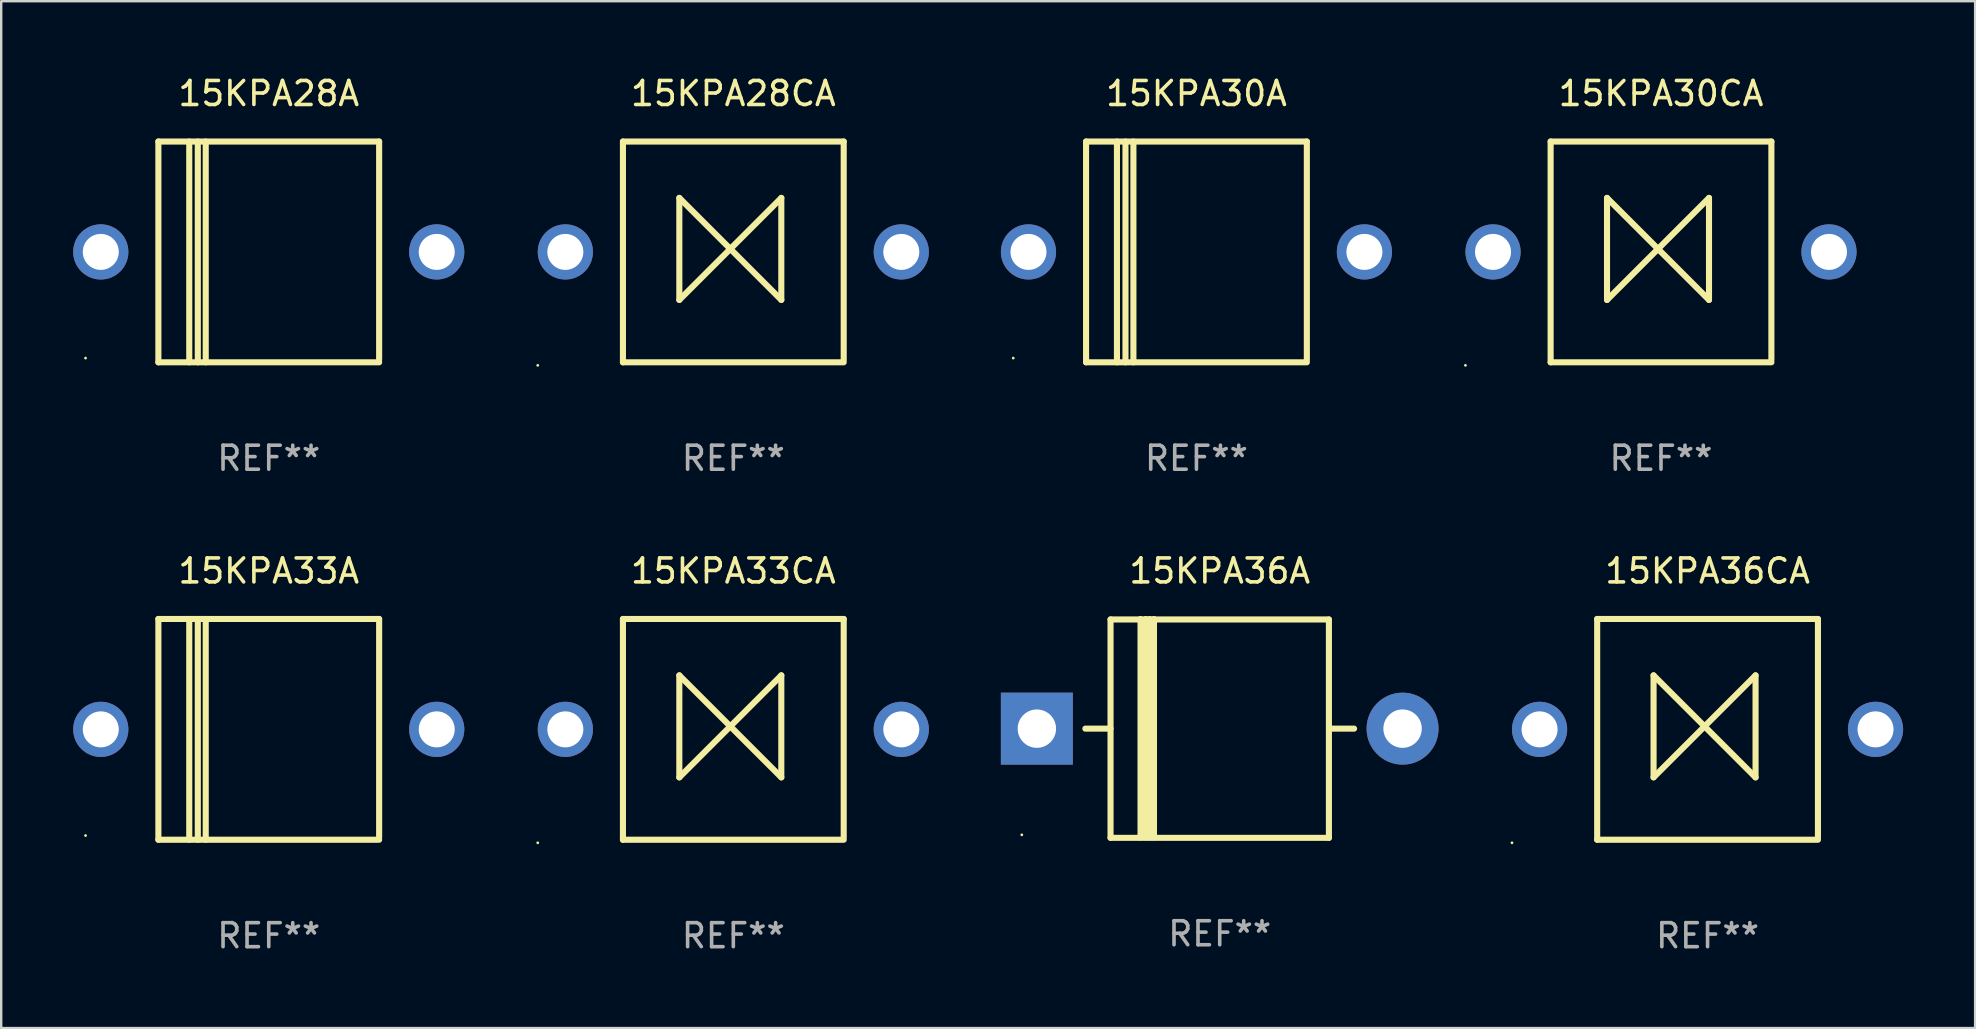
<source format=kicad_pcb>
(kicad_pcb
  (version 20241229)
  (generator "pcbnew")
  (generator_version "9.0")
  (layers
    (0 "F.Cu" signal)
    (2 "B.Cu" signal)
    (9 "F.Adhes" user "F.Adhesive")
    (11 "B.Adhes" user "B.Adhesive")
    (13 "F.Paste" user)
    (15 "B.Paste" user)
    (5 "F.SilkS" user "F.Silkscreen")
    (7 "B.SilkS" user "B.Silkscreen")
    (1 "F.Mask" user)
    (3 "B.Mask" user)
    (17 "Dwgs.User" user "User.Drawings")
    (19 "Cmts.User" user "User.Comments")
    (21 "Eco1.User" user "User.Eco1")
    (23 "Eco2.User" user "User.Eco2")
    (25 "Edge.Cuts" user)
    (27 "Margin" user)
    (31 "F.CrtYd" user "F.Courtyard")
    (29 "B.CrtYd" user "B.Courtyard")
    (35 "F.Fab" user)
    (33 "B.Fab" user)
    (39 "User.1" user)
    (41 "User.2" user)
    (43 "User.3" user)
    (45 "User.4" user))
  (footprint "15KPA33A"
    (layer "F.Cu")
    (at 8.15 27.345)
    (property "Reference" "15KPA33A" (at 0 -6.6 0) (layer "F.SilkS") (effects (font (size 1 1) (thickness 0.15))))
    (attr through_hole)
    (fp_line (start -4.6 -4.6) (end -4.6 4.6) (stroke (width 0.254) (type solid)) (layer "F.SilkS"))
    (fp_line (start -4.6 -4.6) (end 4.6 -4.6) (stroke (width 0.254) (type solid)) (layer "F.SilkS"))
    (fp_line (start -4.6 4.6) (end 4.6 4.6) (stroke (width 0.254) (type solid)) (layer "F.SilkS"))
    (fp_line (start -3.313 -4.6) (end -3.313 4.6) (stroke (width 0.254) (type solid)) (layer "F.SilkS"))
    (fp_line (start -2.957 -4.6) (end -2.957 4.6) (stroke (width 0.254) (type solid)) (layer "F.SilkS"))
    (fp_line (start -2.627 -4.6) (end -2.627 4.6) (stroke (width 0.254) (type solid)) (layer "F.SilkS"))
    (fp_line (start 4.6 -4.6) (end 4.6 4.5) (stroke (width 0.254) (type solid)) (layer "F.SilkS"))
    (fp_circle (center -7.635 4.425) (end -7.605 4.425) (stroke (width 0.06) (type solid)) (fill no) (layer "F.SilkS"))
    (fp_text user "REF**" (at 0 8.6 0) (layer "F.Fab") (effects (font (size 1 1) (thickness 0.15))))
    (pad "1" thru_hole circle (at -7 0) (size 2.3 2.3) (drill 1.5) (layers "*.Cu" "*.Mask"))
    (pad "2" thru_hole circle (at 7 0) (size 2.3 2.3) (drill 1.5) (layers "*.Cu" "*.Mask")))
  (footprint "15KPA30CA"
    (layer "F.Cu")
    (at 66.17 7.448)
    (property "Reference" "15KPA30CA" (at 0 -6.6 0) (layer "F.SilkS") (effects (font (size 1 1) (thickness 0.15))))
    (attr through_hole)
    (fp_line (start -4.6 -4.6) (end -4.6 4.6) (stroke (width 0.254) (type solid)) (layer "F.SilkS"))
    (fp_line (start -4.6 -4.6) (end 4.6 -4.6) (stroke (width 0.254) (type solid)) (layer "F.SilkS"))
    (fp_line (start -4.6 4.6) (end 4.6 4.6) (stroke (width 0.254) (type solid)) (layer "F.SilkS"))
    (fp_line (start -2.25 -2.25) (end -2.25 2) (stroke (width 0.254) (type solid)) (layer "F.SilkS"))
    (fp_line (start -2.25 2) (end 2 -2.25) (stroke (width 0.254) (type solid)) (layer "F.SilkS"))
    (fp_line (start 2 -2.25) (end 2 2) (stroke (width 0.254) (type solid)) (layer "F.SilkS"))
    (fp_line (start 2 2) (end -2.25 -2.25) (stroke (width 0.254) (type solid)) (layer "F.SilkS"))
    (fp_line (start 4.6 -4.6) (end 4.6 4.5) (stroke (width 0.254) (type solid)) (layer "F.SilkS"))
    (fp_circle (center -8.15 4.727) (end -8.12 4.727) (stroke (width 0.06) (type solid)) (fill no) (layer "F.SilkS"))
    (fp_text user "REF**" (at 0 8.6 0) (layer "F.Fab") (effects (font (size 1 1) (thickness 0.15))))
    (pad "1" thru_hole circle (at -7 0) (size 2.3 2.3) (drill 1.5) (layers "*.Cu" "*.Mask"))
    (pad "2" thru_hole circle (at 7 0) (size 2.3 2.3) (drill 1.5) (layers "*.Cu" "*.Mask")))
  (footprint "15KPA30A"
    (layer "F.Cu")
    (at 46.81 7.448)
    (property "Reference" "15KPA30A" (at 0 -6.6 0) (layer "F.SilkS") (effects (font (size 1 1) (thickness 0.15))))
    (attr through_hole)
    (fp_line (start -4.6 -4.6) (end -4.6 4.6) (stroke (width 0.254) (type solid)) (layer "F.SilkS"))
    (fp_line (start -4.6 -4.6) (end 4.6 -4.6) (stroke (width 0.254) (type solid)) (layer "F.SilkS"))
    (fp_line (start -4.6 4.6) (end 4.6 4.6) (stroke (width 0.254) (type solid)) (layer "F.SilkS"))
    (fp_line (start -3.313 -4.6) (end -3.313 4.6) (stroke (width 0.254) (type solid)) (layer "F.SilkS"))
    (fp_line (start -2.957 -4.6) (end -2.957 4.6) (stroke (width 0.254) (type solid)) (layer "F.SilkS"))
    (fp_line (start -2.627 -4.6) (end -2.627 4.6) (stroke (width 0.254) (type solid)) (layer "F.SilkS"))
    (fp_line (start 4.6 -4.6) (end 4.6 4.5) (stroke (width 0.254) (type solid)) (layer "F.SilkS"))
    (fp_circle (center -7.635 4.425) (end -7.605 4.425) (stroke (width 0.06) (type solid)) (fill no) (layer "F.SilkS"))
    (fp_text user "REF**" (at 0 8.6 0) (layer "F.Fab") (effects (font (size 1 1) (thickness 0.15))))
    (pad "1" thru_hole circle (at -7 0) (size 2.3 2.3) (drill 1.5) (layers "*.Cu" "*.Mask"))
    (pad "2" thru_hole circle (at 7 0) (size 2.3 2.3) (drill 1.5) (layers "*.Cu" "*.Mask")))
  (footprint "15KPA28A"
    (layer "F.Cu")
    (at 8.15 7.448)
    (property "Reference" "15KPA28A" (at 0 -6.6 0) (layer "F.SilkS") (effects (font (size 1 1) (thickness 0.15))))
    (attr through_hole)
    (fp_line (start -4.6 -4.6) (end -4.6 4.6) (stroke (width 0.254) (type solid)) (layer "F.SilkS"))
    (fp_line (start -4.6 -4.6) (end 4.6 -4.6) (stroke (width 0.254) (type solid)) (layer "F.SilkS"))
    (fp_line (start -4.6 4.6) (end 4.6 4.6) (stroke (width 0.254) (type solid)) (layer "F.SilkS"))
    (fp_line (start -3.313 -4.6) (end -3.313 4.6) (stroke (width 0.254) (type solid)) (layer "F.SilkS"))
    (fp_line (start -2.957 -4.6) (end -2.957 4.6) (stroke (width 0.254) (type solid)) (layer "F.SilkS"))
    (fp_line (start -2.627 -4.6) (end -2.627 4.6) (stroke (width 0.254) (type solid)) (layer "F.SilkS"))
    (fp_line (start 4.6 -4.6) (end 4.6 4.5) (stroke (width 0.254) (type solid)) (layer "F.SilkS"))
    (fp_circle (center -7.635 4.425) (end -7.605 4.425) (stroke (width 0.06) (type solid)) (fill no) (layer "F.SilkS"))
    (fp_text user "REF**" (at 0 8.6 0) (layer "F.Fab") (effects (font (size 1 1) (thickness 0.15))))
    (pad "1" thru_hole circle (at -7 0) (size 2.3 2.3) (drill 1.5) (layers "*.Cu" "*.Mask"))
    (pad "2" thru_hole circle (at 7 0) (size 2.3 2.3) (drill 1.5) (layers "*.Cu" "*.Mask")))
  (footprint "15KPA36A"
    (layer "F.Cu")
    (at 47.78 27.305)
    (property "Reference" "15KPA36A" (at 0 -6.56 0) (layer "F.SilkS") (effects (font (size 1 1) (thickness 0.15))))
    (attr through_hole)
    (fp_line (start -5.6 0.01) (end -4.55 0.01) (stroke (width 0.254) (type solid)) (layer "F.SilkS"))
    (fp_line (start -4.55 -4.54) (end -4.55 4.56) (stroke (width 0.254) (type solid)) (layer "F.SilkS"))
    (fp_line (start -4.55 -4.54) (end 4.55 -4.54) (stroke (width 0.254) (type solid)) (layer "F.SilkS"))
    (fp_line (start -3.3 4.54) (end -3.3 -4.56) (stroke (width 0.254) (type solid)) (layer "F.SilkS"))
    (fp_line (start -3.09 4.54) (end -3.09 -4.56) (stroke (width 0.254) (type solid)) (layer "F.SilkS"))
    (fp_line (start -2.919 4.541) (end -2.919 -4.559) (stroke (width 0.254) (type solid)) (layer "F.SilkS"))
    (fp_line (start -2.74 4.54) (end -2.74 -4.56) (stroke (width 0.254) (type solid)) (layer "F.SilkS"))
    (fp_line (start 4.55 4.56) (end 4.55 -4.54) (stroke (width 0.254) (type solid)) (layer "F.SilkS"))
    (fp_line (start 4.55 4.56) (end -4.55 4.56) (stroke (width 0.254) (type solid)) (layer "F.SilkS"))
    (fp_line (start 4.58 0.01) (end 5.6 0.01) (stroke (width 0.254) (type solid)) (layer "F.SilkS"))
    (fp_circle (center -8.248 4.435) (end -8.218 4.435) (stroke (width 0.06) (type solid)) (fill no) (layer "F.SilkS"))
    (fp_text user "REF**" (at 0 8.56 0) (layer "F.Fab") (effects (font (size 1 1) (thickness 0.15))))
    (pad "1" thru_hole rect (at -7.62 0.01 180) (size 3 3) (drill 1.6) (layers "*.Cu" "*.Mask"))
    (pad "2" thru_hole circle (at 7.62 0.01) (size 3 3) (drill 1.6) (layers "*.Cu" "*.Mask")))
  (footprint "15KPA33CA"
    (layer "F.Cu")
    (at 27.51 27.345)
    (property "Reference" "15KPA33CA" (at 0 -6.6 0) (layer "F.SilkS") (effects (font (size 1 1) (thickness 0.15))))
    (attr through_hole)
    (fp_line (start -4.6 -4.6) (end -4.6 4.6) (stroke (width 0.254) (type solid)) (layer "F.SilkS"))
    (fp_line (start -4.6 -4.6) (end 4.6 -4.6) (stroke (width 0.254) (type solid)) (layer "F.SilkS"))
    (fp_line (start -4.6 4.6) (end 4.6 4.6) (stroke (width 0.254) (type solid)) (layer "F.SilkS"))
    (fp_line (start -2.25 -2.25) (end -2.25 2) (stroke (width 0.254) (type solid)) (layer "F.SilkS"))
    (fp_line (start -2.25 2) (end 2 -2.25) (stroke (width 0.254) (type solid)) (layer "F.SilkS"))
    (fp_line (start 2 -2.25) (end 2 2) (stroke (width 0.254) (type solid)) (layer "F.SilkS"))
    (fp_line (start 2 2) (end -2.25 -2.25) (stroke (width 0.254) (type solid)) (layer "F.SilkS"))
    (fp_line (start 4.6 -4.6) (end 4.6 4.5) (stroke (width 0.254) (type solid)) (layer "F.SilkS"))
    (fp_circle (center -8.15 4.727) (end -8.12 4.727) (stroke (width 0.06) (type solid)) (fill no) (layer "F.SilkS"))
    (fp_text user "REF**" (at 0 8.6 0) (layer "F.Fab") (effects (font (size 1 1) (thickness 0.15))))
    (pad "1" thru_hole circle (at -7 0) (size 2.3 2.3) (drill 1.5) (layers "*.Cu" "*.Mask"))
    (pad "2" thru_hole circle (at 7 0) (size 2.3 2.3) (drill 1.5) (layers "*.Cu" "*.Mask")))
  (footprint "15KPA36CA"
    (layer "F.Cu")
    (at 68.11 27.345)
    (property "Reference" "15KPA36CA" (at 0 -6.6 0) (layer "F.SilkS") (effects (font (size 1 1) (thickness 0.15))))
    (attr through_hole)
    (fp_line (start -4.6 -4.6) (end -4.6 4.6) (stroke (width 0.254) (type solid)) (layer "F.SilkS"))
    (fp_line (start -4.6 -4.6) (end 4.6 -4.6) (stroke (width 0.254) (type solid)) (layer "F.SilkS"))
    (fp_line (start -4.6 4.6) (end 4.6 4.6) (stroke (width 0.254) (type solid)) (layer "F.SilkS"))
    (fp_line (start -2.25 -2.25) (end -2.25 2) (stroke (width 0.254) (type solid)) (layer "F.SilkS"))
    (fp_line (start -2.25 2) (end 2 -2.25) (stroke (width 0.254) (type solid)) (layer "F.SilkS"))
    (fp_line (start 2 -2.25) (end 2 2) (stroke (width 0.254) (type solid)) (layer "F.SilkS"))
    (fp_line (start 2 2) (end -2.25 -2.25) (stroke (width 0.254) (type solid)) (layer "F.SilkS"))
    (fp_line (start 4.6 -4.6) (end 4.6 4.5) (stroke (width 0.254) (type solid)) (layer "F.SilkS"))
    (fp_circle (center -8.15 4.727) (end -8.12 4.727) (stroke (width 0.06) (type solid)) (fill no) (layer "F.SilkS"))
    (fp_text user "REF**" (at 0 8.6 0) (layer "F.Fab") (effects (font (size 1 1) (thickness 0.15))))
    (pad "1" thru_hole circle (at -7 0) (size 2.3 2.3) (drill 1.5) (layers "*.Cu" "*.Mask"))
    (pad "2" thru_hole circle (at 7 0) (size 2.3 2.3) (drill 1.5) (layers "*.Cu" "*.Mask")))
  (footprint "15KPA28CA"
    (layer "F.Cu")
    (at 27.51 7.448)
    (property "Reference" "15KPA28CA" (at 0 -6.6 0) (layer "F.SilkS") (effects (font (size 1 1) (thickness 0.15))))
    (attr through_hole)
    (fp_line (start -4.6 -4.6) (end -4.6 4.6) (stroke (width 0.254) (type solid)) (layer "F.SilkS"))
    (fp_line (start -4.6 -4.6) (end 4.6 -4.6) (stroke (width 0.254) (type solid)) (layer "F.SilkS"))
    (fp_line (start -4.6 4.6) (end 4.6 4.6) (stroke (width 0.254) (type solid)) (layer "F.SilkS"))
    (fp_line (start -2.25 -2.25) (end -2.25 2) (stroke (width 0.254) (type solid)) (layer "F.SilkS"))
    (fp_line (start -2.25 2) (end 2 -2.25) (stroke (width 0.254) (type solid)) (layer "F.SilkS"))
    (fp_line (start 2 -2.25) (end 2 2) (stroke (width 0.254) (type solid)) (layer "F.SilkS"))
    (fp_line (start 2 2) (end -2.25 -2.25) (stroke (width 0.254) (type solid)) (layer "F.SilkS"))
    (fp_line (start 4.6 -4.6) (end 4.6 4.5) (stroke (width 0.254) (type solid)) (layer "F.SilkS"))
    (fp_circle (center -8.15 4.727) (end -8.12 4.727) (stroke (width 0.06) (type solid)) (fill no) (layer "F.SilkS"))
    (fp_text user "REF**" (at 0 8.6 0) (layer "F.Fab") (effects (font (size 1 1) (thickness 0.15))))
    (pad "1" thru_hole circle (at -7 0) (size 2.3 2.3) (drill 1.5) (layers "*.Cu" "*.Mask"))
    (pad "2" thru_hole circle (at 7 0) (size 2.3 2.3) (drill 1.5) (layers "*.Cu" "*.Mask")))
  (gr_rect
    (start -3 -3)
    (end 79.26 39.793)
    (stroke (width 0.1) (type default))
    (fill no)
    (layer "Edge.Cuts")))
</source>
